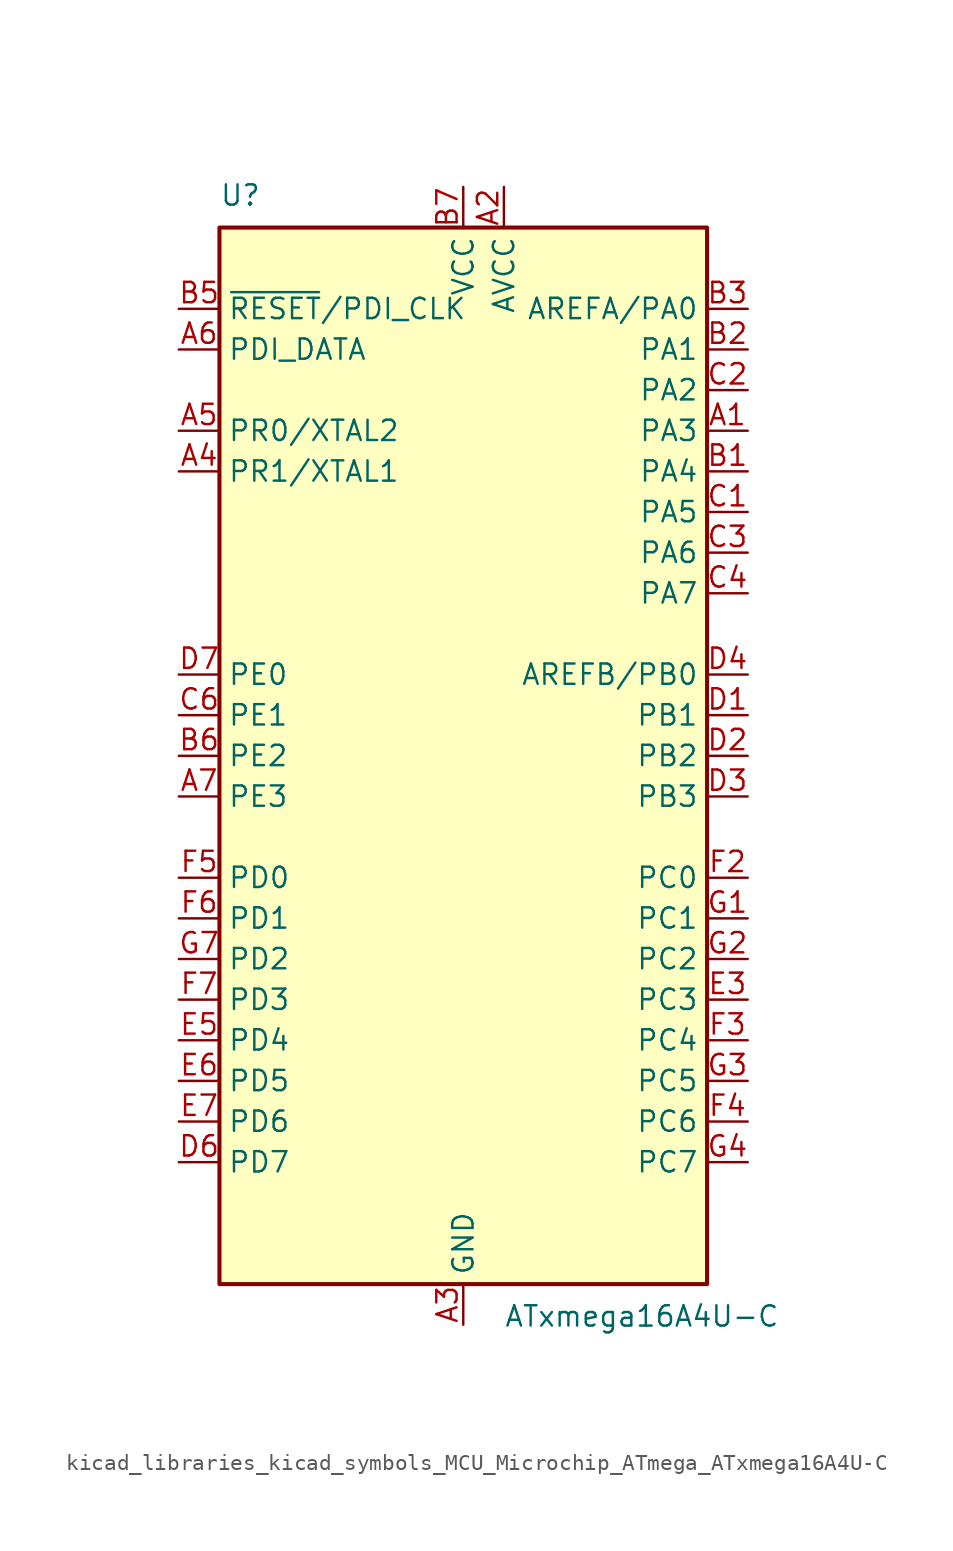
<source format=kicad_sym>
(kicad_symbol_lib
  (version 20220914)
  (generator kicad_symbol_editor)
  (symbol "kicad_libraries_kicad_symbols_MCU_Microchip_ATmega_ATxmega16A4U-C"
    (property "Reference" "U"
      (at -15.24 34.29 0)
      (effects (font (size 1.27 1.27)) (justify left bottom)))
    (property "Value" "ATxmega16A4U-C"
      (at 2.54 -34.29 0)
      (effects (font (size 1.27 1.27)) (justify left top)))
    (symbol "kicad_libraries_kicad_symbols_MCU_Microchip_ATmega_ATxmega16A4U-C_0_1"
      (rectangle (start -15.24 -33.02) (end 15.24 33.02) (stroke (width 0.254) (type default)) (fill (type background))))
    (symbol "kicad_libraries_kicad_symbols_MCU_Microchip_ATmega_ATxmega16A4U-C_1_1"
      (pin bidirectional line (at 17.78 20.32 180) (length 2.54) (name "PA3" (effects (font (size 1.27 1.27)))) (number "A1" (effects (font (size 1.27 1.27)))))
      (pin power_in line (at 2.54 35.56 270) (length 2.54) (name "AVCC" (effects (font (size 1.27 1.27)))) (number "A2" (effects (font (size 1.27 1.27)))))
      (pin power_in line (at 0 -35.56 90) (length 2.54) (name "GND" (effects (font (size 1.27 1.27)))) (number "A3" (effects (font (size 1.27 1.27)))))
      (pin bidirectional line (at -17.78 17.78 0) (length 2.54) (name "PR1/XTAL1" (effects (font (size 1.27 1.27)))) (number "A4" (effects (font (size 1.27 1.27)))))
      (pin bidirectional line (at -17.78 20.32 0) (length 2.54) (name "PR0/XTAL2" (effects (font (size 1.27 1.27)))) (number "A5" (effects (font (size 1.27 1.27)))))
      (pin bidirectional line (at -17.78 25.4 0) (length 2.54) (name "PDI_DATA" (effects (font (size 1.27 1.27)))) (number "A6" (effects (font (size 1.27 1.27)))))
      (pin bidirectional line (at -17.78 -2.54 0) (length 2.54) (name "PE3" (effects (font (size 1.27 1.27)))) (number "A7" (effects (font (size 1.27 1.27)))))
      (pin bidirectional line (at 17.78 17.78 180) (length 2.54) (name "PA4" (effects (font (size 1.27 1.27)))) (number "B1" (effects (font (size 1.27 1.27)))))
      (pin bidirectional line (at 17.78 25.4 180) (length 2.54) (name "PA1" (effects (font (size 1.27 1.27)))) (number "B2" (effects (font (size 1.27 1.27)))))
      (pin bidirectional line (at 17.78 27.94 180) (length 2.54) (name "AREFA/PA0" (effects (font (size 1.27 1.27)))) (number "B3" (effects (font (size 1.27 1.27)))))
      (pin passive line (at 0 -35.56 90) (length 2.54) hide (name "GND" (effects (font (size 1.27 1.27)))) (number "B4" (effects (font (size 1.27 1.27)))))
      (pin input line (at -17.78 27.94 0) (length 2.54) (name "~{RESET}/PDI_CLK" (effects (font (size 1.27 1.27)))) (number "B5" (effects (font (size 1.27 1.27)))))
      (pin bidirectional line (at -17.78 0 0) (length 2.54) (name "PE2" (effects (font (size 1.27 1.27)))) (number "B6" (effects (font (size 1.27 1.27)))))
      (pin power_in line (at 0 35.56 270) (length 2.54) (name "VCC" (effects (font (size 1.27 1.27)))) (number "B7" (effects (font (size 1.27 1.27)))))
      (pin bidirectional line (at 17.78 15.24 180) (length 2.54) (name "PA5" (effects (font (size 1.27 1.27)))) (number "C1" (effects (font (size 1.27 1.27)))))
      (pin bidirectional line (at 17.78 22.86 180) (length 2.54) (name "PA2" (effects (font (size 1.27 1.27)))) (number "C2" (effects (font (size 1.27 1.27)))))
      (pin bidirectional line (at 17.78 12.7 180) (length 2.54) (name "PA6" (effects (font (size 1.27 1.27)))) (number "C3" (effects (font (size 1.27 1.27)))))
      (pin bidirectional line (at 17.78 10.16 180) (length 2.54) (name "PA7" (effects (font (size 1.27 1.27)))) (number "C4" (effects (font (size 1.27 1.27)))))
      (pin passive line (at 0 -35.56 90) (length 2.54) hide (name "GND" (effects (font (size 1.27 1.27)))) (number "C5" (effects (font (size 1.27 1.27)))))
      (pin bidirectional line (at -17.78 2.54 0) (length 2.54) (name "PE1" (effects (font (size 1.27 1.27)))) (number "C6" (effects (font (size 1.27 1.27)))))
      (pin passive line (at 0 -35.56 90) (length 2.54) hide (name "GND" (effects (font (size 1.27 1.27)))) (number "C7" (effects (font (size 1.27 1.27)))))
      (pin bidirectional line (at 17.78 2.54 180) (length 2.54) (name "PB1" (effects (font (size 1.27 1.27)))) (number "D1" (effects (font (size 1.27 1.27)))))
      (pin bidirectional line (at 17.78 0 180) (length 2.54) (name "PB2" (effects (font (size 1.27 1.27)))) (number "D2" (effects (font (size 1.27 1.27)))))
      (pin bidirectional line (at 17.78 -2.54 180) (length 2.54) (name "PB3" (effects (font (size 1.27 1.27)))) (number "D3" (effects (font (size 1.27 1.27)))))
      (pin bidirectional line (at 17.78 5.08 180) (length 2.54) (name "AREFB/PB0" (effects (font (size 1.27 1.27)))) (number "D4" (effects (font (size 1.27 1.27)))))
      (pin passive line (at 0 -35.56 90) (length 2.54) hide (name "GND" (effects (font (size 1.27 1.27)))) (number "D5" (effects (font (size 1.27 1.27)))))
      (pin bidirectional line (at -17.78 -25.4 0) (length 2.54) (name "PD7" (effects (font (size 1.27 1.27)))) (number "D6" (effects (font (size 1.27 1.27)))))
      (pin bidirectional line (at -17.78 5.08 0) (length 2.54) (name "PE0" (effects (font (size 1.27 1.27)))) (number "D7" (effects (font (size 1.27 1.27)))))
      (pin passive line (at 0 -35.56 90) (length 2.54) hide (name "GND" (effects (font (size 1.27 1.27)))) (number "E1" (effects (font (size 1.27 1.27)))))
      (pin passive line (at 0 -35.56 90) (length 2.54) hide (name "GND" (effects (font (size 1.27 1.27)))) (number "E2" (effects (font (size 1.27 1.27)))))
      (pin bidirectional line (at 17.78 -15.24 180) (length 2.54) (name "PC3" (effects (font (size 1.27 1.27)))) (number "E3" (effects (font (size 1.27 1.27)))))
      (pin passive line (at 0 -35.56 90) (length 2.54) hide (name "GND" (effects (font (size 1.27 1.27)))) (number "E4" (effects (font (size 1.27 1.27)))))
      (pin bidirectional line (at -17.78 -17.78 0) (length 2.54) (name "PD4" (effects (font (size 1.27 1.27)))) (number "E5" (effects (font (size 1.27 1.27)))))
      (pin bidirectional line (at -17.78 -20.32 0) (length 2.54) (name "PD5" (effects (font (size 1.27 1.27)))) (number "E6" (effects (font (size 1.27 1.27)))))
      (pin bidirectional line (at -17.78 -22.86 0) (length 2.54) (name "PD6" (effects (font (size 1.27 1.27)))) (number "E7" (effects (font (size 1.27 1.27)))))
      (pin passive line (at 0 35.56 270) (length 2.54) hide (name "VCC" (effects (font (size 1.27 1.27)))) (number "F1" (effects (font (size 1.27 1.27)))))
      (pin bidirectional line (at 17.78 -7.62 180) (length 2.54) (name "PC0" (effects (font (size 1.27 1.27)))) (number "F2" (effects (font (size 1.27 1.27)))))
      (pin bidirectional line (at 17.78 -17.78 180) (length 2.54) (name "PC4" (effects (font (size 1.27 1.27)))) (number "F3" (effects (font (size 1.27 1.27)))))
      (pin bidirectional line (at 17.78 -22.86 180) (length 2.54) (name "PC6" (effects (font (size 1.27 1.27)))) (number "F4" (effects (font (size 1.27 1.27)))))
      (pin bidirectional line (at -17.78 -7.62 0) (length 2.54) (name "PD0" (effects (font (size 1.27 1.27)))) (number "F5" (effects (font (size 1.27 1.27)))))
      (pin bidirectional line (at -17.78 -10.16 0) (length 2.54) (name "PD1" (effects (font (size 1.27 1.27)))) (number "F6" (effects (font (size 1.27 1.27)))))
      (pin bidirectional line (at -17.78 -15.24 0) (length 2.54) (name "PD3" (effects (font (size 1.27 1.27)))) (number "F7" (effects (font (size 1.27 1.27)))))
      (pin bidirectional line (at 17.78 -10.16 180) (length 2.54) (name "PC1" (effects (font (size 1.27 1.27)))) (number "G1" (effects (font (size 1.27 1.27)))))
      (pin bidirectional line (at 17.78 -12.7 180) (length 2.54) (name "PC2" (effects (font (size 1.27 1.27)))) (number "G2" (effects (font (size 1.27 1.27)))))
      (pin bidirectional line (at 17.78 -20.32 180) (length 2.54) (name "PC5" (effects (font (size 1.27 1.27)))) (number "G3" (effects (font (size 1.27 1.27)))))
      (pin bidirectional line (at 17.78 -25.4 180) (length 2.54) (name "PC7" (effects (font (size 1.27 1.27)))) (number "G4" (effects (font (size 1.27 1.27)))))
      (pin passive line (at 0 -35.56 90) (length 2.54) hide (name "GND" (effects (font (size 1.27 1.27)))) (number "G5" (effects (font (size 1.27 1.27)))))
      (pin passive line (at 0 35.56 270) (length 2.54) hide (name "VCC" (effects (font (size 1.27 1.27)))) (number "G6" (effects (font (size 1.27 1.27)))))
      (pin bidirectional line (at -17.78 -12.7 0) (length 2.54) (name "PD2" (effects (font (size 1.27 1.27)))) (number "G7" (effects (font (size 1.27 1.27))))))))
</source>
